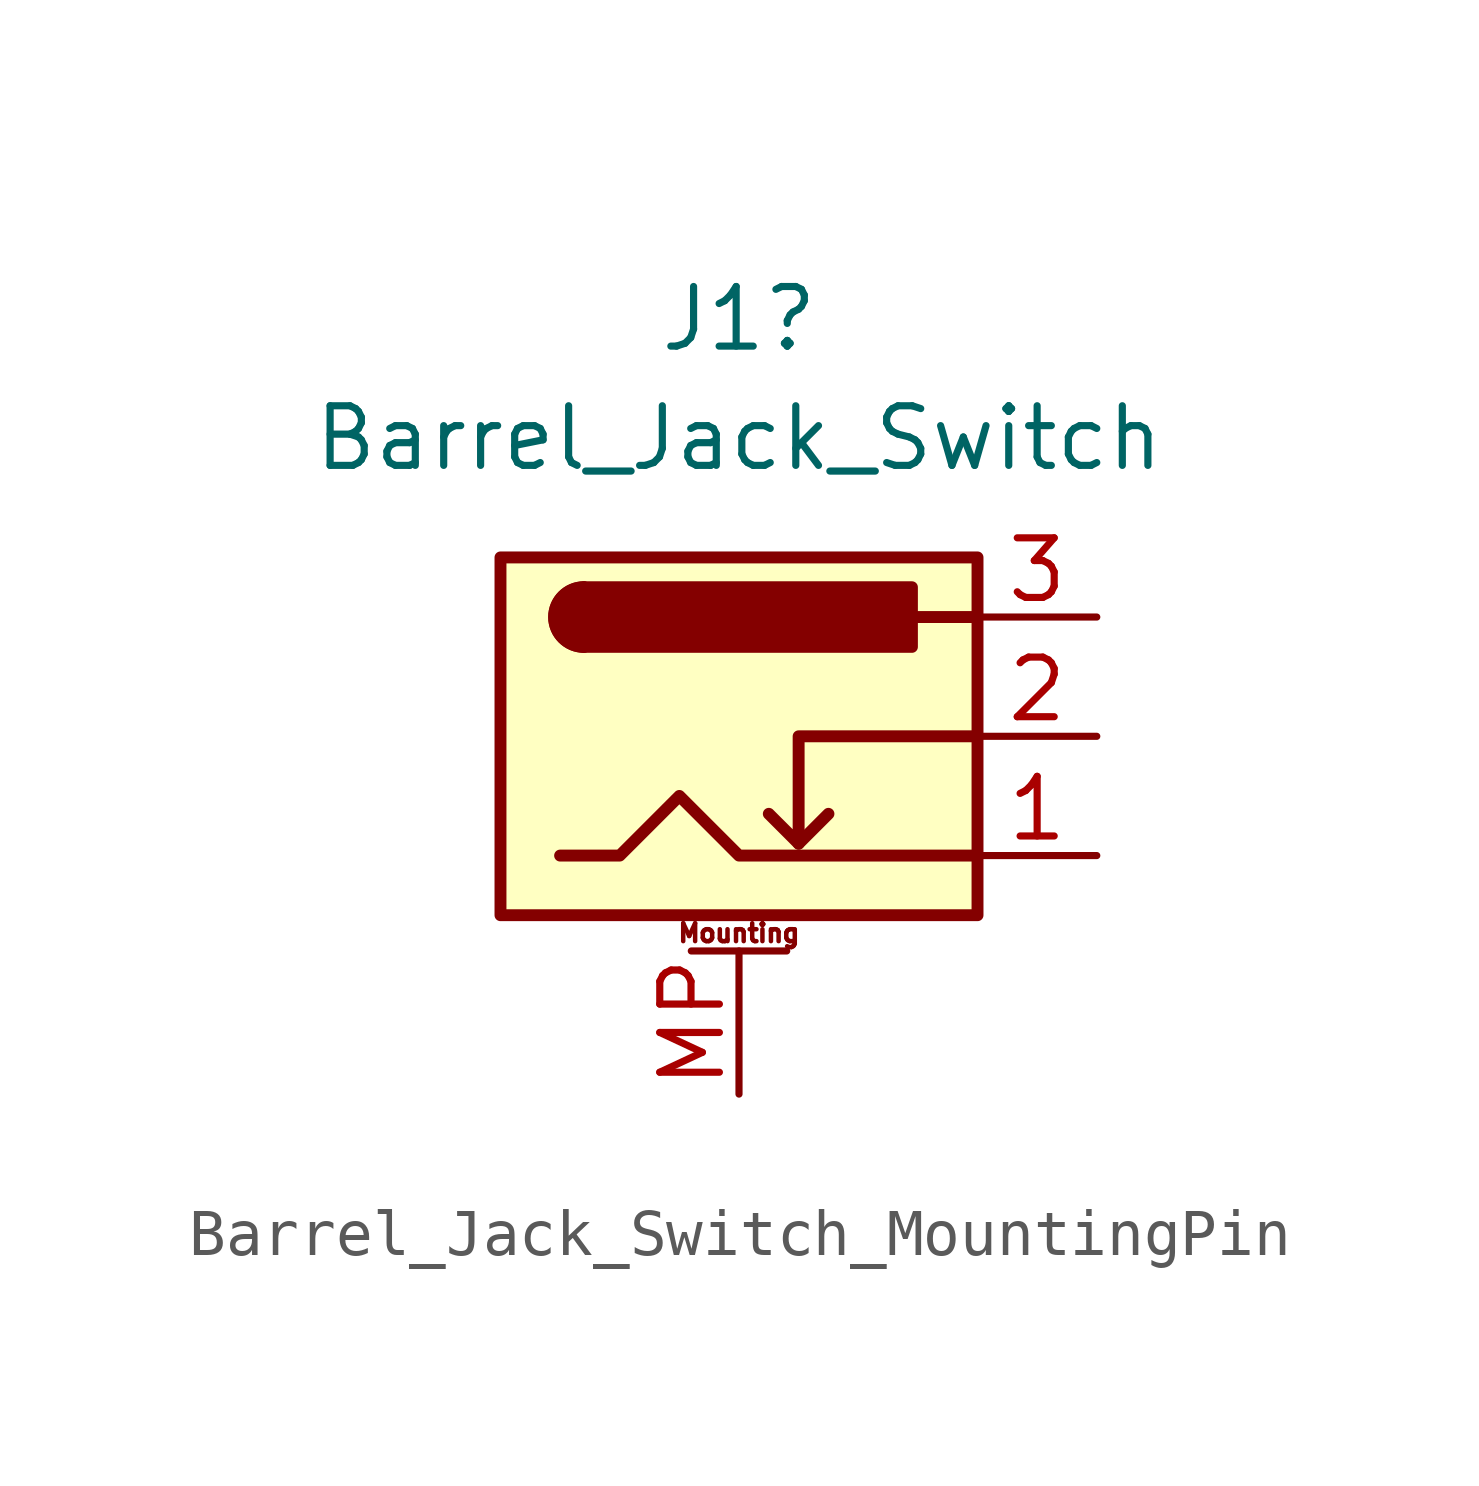
<source format=kicad_sym>
(kicad_symbol_lib
  (version 20241209)
  (generator "kicad_symbol_editor")
  (generator_version "9.0")
  (symbol "Barrel_Jack_Switch_MountingPin"
    (pin_names
      (hide yes))
    (property "Reference" "J1"
      (at 0 8.89 0)
      (effects (font (size 1.27 1.27))))
    (property "Value" "Barrel_Jack_Switch"
      (at 0 6.35 0)
      (effects (font (size 1.27 1.27))))
    (symbol "Barrel_Jack_Switch_MountingPin_0_1"
      (rectangle (start -5.08 3.81) (end 5.08 -3.81) (stroke (width 0.254) (type default)) (fill (type background)))
      (polyline (pts (xy -3.81 -2.54) (xy -2.54 -2.54) (xy -1.27 -1.27) (xy 0 -2.54) (xy 2.54 -2.54) (xy 5.08 -2.54)) (stroke (width 0.254) (type default)) (fill (type none)))
      (arc (start -3.302 1.905) (mid -3.9343 2.54) (end -3.302 3.175) (stroke (width 0.254) (type default)) (fill (type none)))
      (arc (start -3.302 1.905) (mid -3.9343 2.54) (end -3.302 3.175) (stroke (width 0.254) (type default)) (fill (type outline)))
      (polyline (pts (xy 1.27 -2.286) (xy 1.905 -1.651)) (stroke (width 0.254) (type default)) (fill (type none)))
      (rectangle (start 3.683 3.175) (end -3.302 1.905) (stroke (width 0.254) (type default)) (fill (type outline)))
      (polyline (pts (xy 5.08 2.54) (xy 3.81 2.54)) (stroke (width 0.254) (type default)) (fill (type none)))
      (polyline (pts (xy 5.08 0) (xy 1.27 0) (xy 1.27 -2.286) (xy 0.635 -1.651)) (stroke (width 0.254) (type default)) (fill (type none))))
    (symbol "Barrel_Jack_Switch_MountingPin_1_1"
      (polyline (pts (xy -1.016 -4.572) (xy 1.016 -4.572)) (stroke (width 0.152) (type default)) (fill (type none)))
      (text "Mounting" (at 0 -4.191 0) (effects (font (size 0.381 0.381))))
      (pin passive line (at 0 -7.62 90) (length 3.048) (name "MountPin" (effects (font (size 1.27 1.27)))) (number "MP" (effects (font (size 1.27 1.27)))))
      (pin passive line (at 7.62 2.54 180) (length 2.54) (name "~" (effects (font (size 1.27 1.27)))) (number "3" (effects (font (size 1.27 1.27)))))
      (pin passive line (at 7.62 0 180) (length 2.54) (name "~" (effects (font (size 1.27 1.27)))) (number "2" (effects (font (size 1.27 1.27)))))
      (pin passive line (at 7.62 -2.54 180) (length 2.54) (name "~" (effects (font (size 1.27 1.27)))) (number "1" (effects (font (size 1.27 1.27))))))))
</source>
